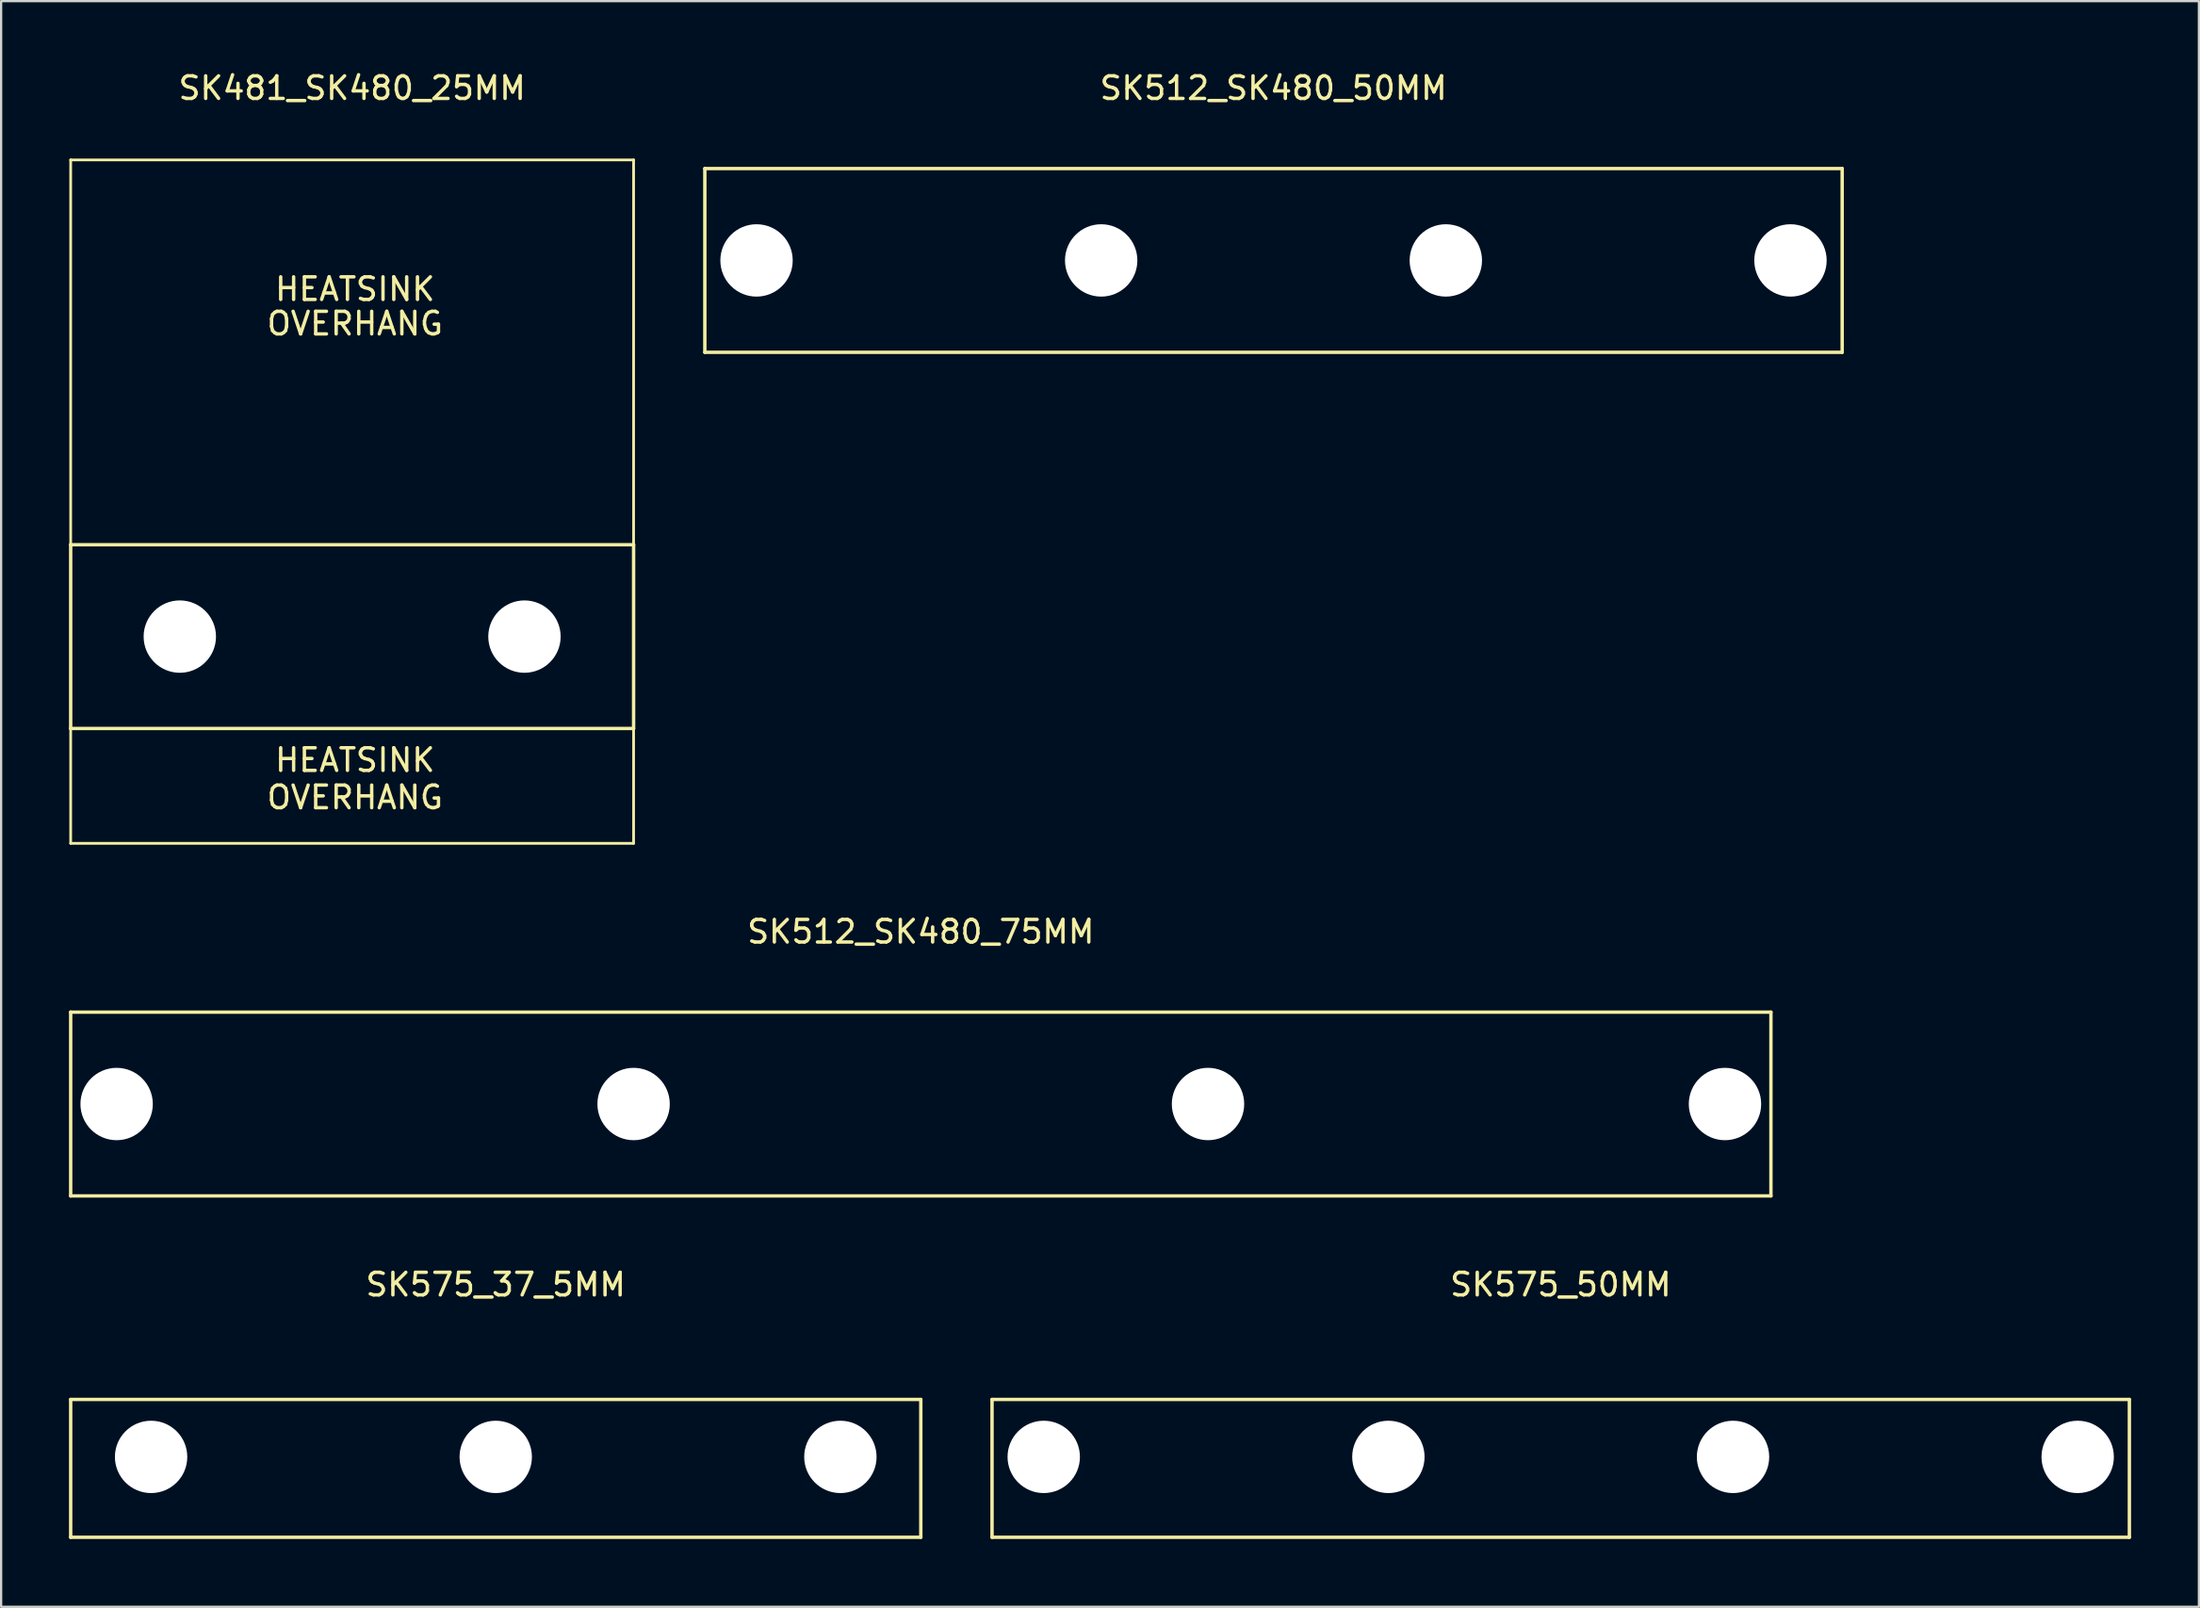
<source format=kicad_pcb>
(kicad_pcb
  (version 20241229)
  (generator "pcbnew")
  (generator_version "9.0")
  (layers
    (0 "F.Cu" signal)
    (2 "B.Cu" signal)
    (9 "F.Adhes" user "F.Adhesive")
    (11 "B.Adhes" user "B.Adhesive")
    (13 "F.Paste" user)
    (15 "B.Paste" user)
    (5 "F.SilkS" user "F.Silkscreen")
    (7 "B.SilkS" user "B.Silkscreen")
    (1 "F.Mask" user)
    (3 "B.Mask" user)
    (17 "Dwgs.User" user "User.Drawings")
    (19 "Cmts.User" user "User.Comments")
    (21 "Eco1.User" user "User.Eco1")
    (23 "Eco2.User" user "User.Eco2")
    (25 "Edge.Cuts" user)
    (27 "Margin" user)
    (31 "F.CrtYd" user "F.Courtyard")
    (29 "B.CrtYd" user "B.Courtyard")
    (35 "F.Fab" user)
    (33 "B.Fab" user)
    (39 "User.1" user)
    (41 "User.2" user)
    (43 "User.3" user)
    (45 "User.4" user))
  (footprint "SK512_SK480_50MM"
    (layer "F.Cu")
    (at 53.263 8.468)
    (property "Reference" "SK512_SK480_50MM" (at 0 -7.62 0) (layer "F.SilkS") (effects (font (size 1 1) (thickness 0.15))))
    (attr through_hole)
    (fp_line (start -25.146 -4.064) (end 25.146 -4.064) (stroke (width 0.15) (type solid)) (layer "F.SilkS"))
    (fp_line (start -25.146 4.064) (end -25.146 -4.064) (stroke (width 0.15) (type solid)) (layer "F.SilkS"))
    (fp_line (start 25.146 -4.064) (end 25.146 4.064) (stroke (width 0.15) (type solid)) (layer "F.SilkS"))
    (fp_line (start 25.146 4.064) (end -25.146 4.064) (stroke (width 0.15) (type solid)) (layer "F.SilkS"))
    (pad "" np_thru_hole circle (at -22.86 0) (size 3.2 3.2) (drill 3.2) (layers "*.Cu" "*.Mask"))
    (pad "" np_thru_hole circle (at -7.62 0) (size 3.2 3.2) (drill 3.2) (layers "*.Cu" "*.Mask"))
    (pad "" np_thru_hole circle (at 7.62 0) (size 3.2 3.2) (drill 3.2) (layers "*.Cu" "*.Mask"))
    (pad "" np_thru_hole circle (at 22.86 0) (size 3.2 3.2) (drill 3.2) (layers "*.Cu" "*.Mask")))
  (footprint "SK575_50MM"
    (layer "F.Cu")
    (at 65.963 61.385)
    (property "Reference" "SK575_50MM" (at 0 -7.62 0) (layer "F.SilkS") (effects (font (size 1 1) (thickness 0.15))))
    (attr through_hole)
    (fp_line (start -25.146 -2.54) (end 25.146 -2.54) (stroke (width 0.15) (type solid)) (layer "F.SilkS"))
    (fp_line (start -25.146 3.556) (end -25.146 -2.54) (stroke (width 0.15) (type solid)) (layer "F.SilkS"))
    (fp_line (start 25.146 -2.54) (end 25.146 3.556) (stroke (width 0.15) (type solid)) (layer "F.SilkS"))
    (fp_line (start 25.146 3.556) (end -25.146 3.556) (stroke (width 0.15) (type solid)) (layer "F.SilkS"))
    (pad "" np_thru_hole circle (at -22.86 0) (size 3.2 3.2) (drill 3.2) (layers "*.Cu" "*.Mask"))
    (pad "" np_thru_hole circle (at -7.62 0) (size 3.2 3.2) (drill 3.2) (layers "*.Cu" "*.Mask"))
    (pad "" np_thru_hole circle (at 7.62 0) (size 3.2 3.2) (drill 3.2) (layers "*.Cu" "*.Mask"))
    (pad "" np_thru_hole circle (at 22.86 0) (size 3.2 3.2) (drill 3.2) (layers "*.Cu" "*.Mask")))
  (footprint "SK512_SK480_75MM"
    (layer "F.Cu")
    (at 37.667 45.778)
    (property "Reference" "SK512_SK480_75MM" (at 0 -7.62 0) (layer "F.SilkS") (effects (font (size 1 1) (thickness 0.15))))
    (attr through_hole)
    (fp_line (start -37.592 -4.064) (end 37.592 -4.064) (stroke (width 0.15) (type solid)) (layer "F.SilkS"))
    (fp_line (start -37.592 4.064) (end -37.592 -4.064) (stroke (width 0.15) (type solid)) (layer "F.SilkS"))
    (fp_line (start 37.592 -4.064) (end 37.592 4.064) (stroke (width 0.15) (type solid)) (layer "F.SilkS"))
    (fp_line (start 37.592 4.064) (end -37.592 4.064) (stroke (width 0.15) (type solid)) (layer "F.SilkS"))
    (pad "" np_thru_hole circle (at -35.56 0) (size 3.2 3.2) (drill 3.2) (layers "*.Cu" "*.Mask"))
    (pad "" np_thru_hole circle (at -12.7 0) (size 3.2 3.2) (drill 3.2) (layers "*.Cu" "*.Mask"))
    (pad "" np_thru_hole circle (at 12.7 0) (size 3.2 3.2) (drill 3.2) (layers "*.Cu" "*.Mask"))
    (pad "" np_thru_hole circle (at 35.56 0) (size 3.2 3.2) (drill 3.2) (layers "*.Cu" "*.Mask")))
  (footprint "SK481_SK480_25MM"
    (layer "F.Cu")
    (at 12.521 25.105)
    (property "Reference" "SK481_SK480_25MM" (at 0 -24.257 0) (layer "F.SilkS") (effects (font (size 1 1) (thickness 0.15))))
    (attr through_hole)
    (fp_line (start -12.446 -4.064) (end -12.446 -21.082) (stroke (width 0.12) (type solid)) (layer "F.SilkS"))
    (fp_line (start -12.446 4.064) (end -12.446 -4.064) (stroke (width 0.15) (type solid)) (layer "F.SilkS"))
    (fp_line (start -12.446 4.064) (end -12.446 9.144) (stroke (width 0.12) (type solid)) (layer "F.SilkS"))
    (fp_line (start 12.446 -21.082) (end -12.446 -21.082) (stroke (width 0.12) (type solid)) (layer "F.SilkS"))
    (fp_line (start 12.446 -4.064) (end -12.446 -4.064) (stroke (width 0.15) (type solid)) (layer "F.SilkS"))
    (fp_line (start 12.446 -4.064) (end 12.446 -21.082) (stroke (width 0.12) (type solid)) (layer "F.SilkS"))
    (fp_line (start 12.446 -4.064) (end 12.446 4.064) (stroke (width 0.15) (type solid)) (layer "F.SilkS"))
    (fp_line (start 12.446 4.064) (end -12.446 4.064) (stroke (width 0.15) (type solid)) (layer "F.SilkS"))
    (fp_line (start 12.446 4.064) (end 12.446 9.144) (stroke (width 0.12) (type solid)) (layer "F.SilkS"))
    (fp_line (start 12.446 9.144) (end -12.446 9.144) (stroke (width 0.12) (type solid)) (layer "F.SilkS"))
    (fp_text user "HEATSINK" (at 0.127 -15.367 0) (layer "F.SilkS") (effects (font (size 1 1) (thickness 0.15))))
    (fp_text user "OVERHANG" (at 0.127 7.112 0) (layer "F.SilkS") (effects (font (size 1 1) (thickness 0.15))))
    (fp_text user "HEATSINK" (at 0.127 5.461 0) (layer "F.SilkS") (effects (font (size 1 1) (thickness 0.15))))
    (fp_text user "OVERHANG" (at 0.127 -13.843 0) (layer "F.SilkS") (effects (font (size 1 1) (thickness 0.15))))
    (pad "" np_thru_hole circle (at -7.62 0) (size 3.2 3.2) (drill 3.2) (layers "*.Cu" "*.Mask"))
    (pad "" np_thru_hole circle (at 7.62 0) (size 3.2 3.2) (drill 3.2) (layers "*.Cu" "*.Mask")))
  (footprint "SK575_37_5MM"
    (layer "F.Cu")
    (at 18.871 61.385)
    (property "Reference" "SK575_37_5MM" (at 0 -7.62 0) (layer "F.SilkS") (effects (font (size 1 1) (thickness 0.15))))
    (attr through_hole)
    (fp_line (start -18.796 -2.54) (end 18.796 -2.54) (stroke (width 0.15) (type solid)) (layer "F.SilkS"))
    (fp_line (start -18.796 3.556) (end -18.796 -2.54) (stroke (width 0.15) (type solid)) (layer "F.SilkS"))
    (fp_line (start 18.796 -2.54) (end 18.796 3.556) (stroke (width 0.15) (type solid)) (layer "F.SilkS"))
    (fp_line (start 18.796 3.556) (end -18.796 3.556) (stroke (width 0.15) (type solid)) (layer "F.SilkS"))
    (pad "" np_thru_hole circle (at -15.24 0) (size 3.2 3.2) (drill 3.2) (layers "*.Cu" "*.Mask"))
    (pad "" np_thru_hole circle (at 0 0) (size 3.2 3.2) (drill 3.2) (layers "*.Cu" "*.Mask"))
    (pad "" np_thru_hole circle (at 15.24 0) (size 3.2 3.2) (drill 3.2) (layers "*.Cu" "*.Mask")))
  (gr_rect
    (start -3 -3)
    (end 94.184 68.016)
    (stroke (width 0.1) (type default))
    (fill no)
    (layer "Edge.Cuts")))
</source>
